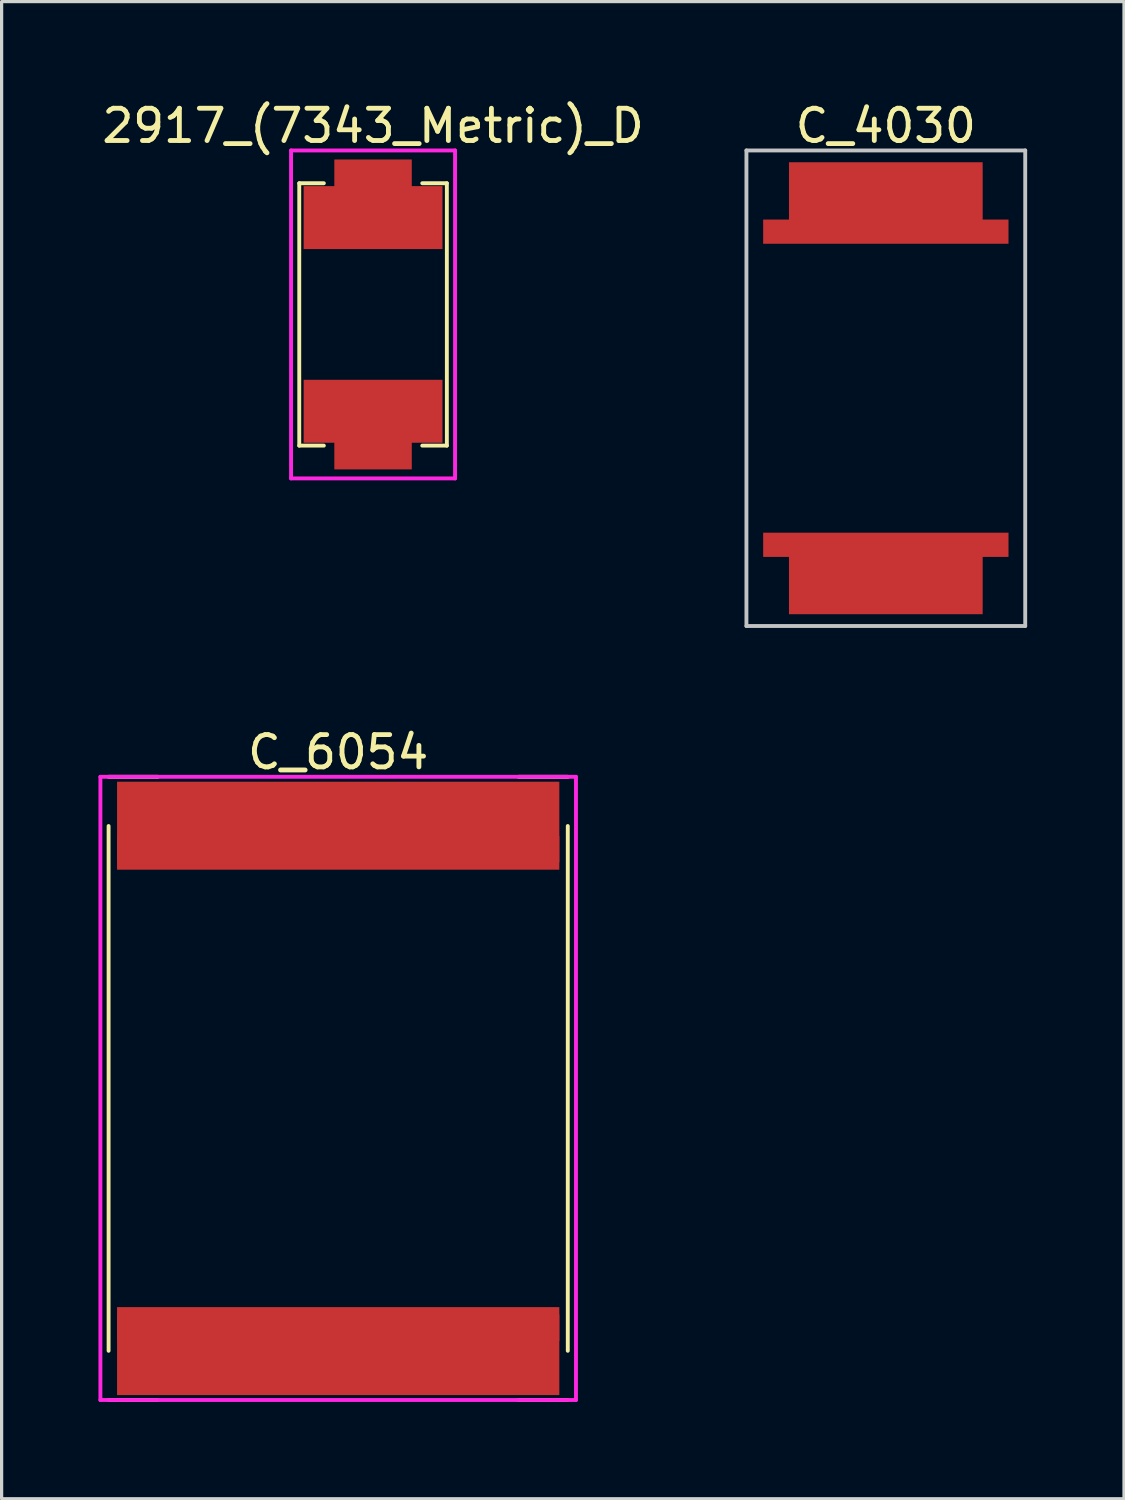
<source format=kicad_pcb>
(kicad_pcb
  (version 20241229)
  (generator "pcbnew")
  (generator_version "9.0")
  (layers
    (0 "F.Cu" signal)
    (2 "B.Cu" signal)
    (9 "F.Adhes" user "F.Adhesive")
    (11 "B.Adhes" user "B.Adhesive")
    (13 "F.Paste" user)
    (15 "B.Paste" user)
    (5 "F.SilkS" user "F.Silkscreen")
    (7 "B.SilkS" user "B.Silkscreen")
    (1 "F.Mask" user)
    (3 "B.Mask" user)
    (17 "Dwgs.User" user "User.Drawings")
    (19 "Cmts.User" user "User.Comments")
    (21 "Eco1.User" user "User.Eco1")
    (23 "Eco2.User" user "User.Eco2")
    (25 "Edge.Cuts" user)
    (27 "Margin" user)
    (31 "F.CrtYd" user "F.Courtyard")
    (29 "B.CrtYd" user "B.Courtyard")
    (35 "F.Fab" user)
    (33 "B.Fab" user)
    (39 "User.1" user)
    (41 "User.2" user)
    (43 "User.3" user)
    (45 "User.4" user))
  (footprint "2917_(7343_Metric)_D"
    (layer "F.Cu")
    (at 8.506 6.69)
    (property "Reference" "2917_(7343_Metric)_D" (at 0 -5.842 0) (layer "F.SilkS") (effects (font (size 1 1) (thickness 0.15))))
    (attr through_hole)
    (fp_line (start -2.286 -4.064) (end -1.524 -4.064) (stroke (width 0.12) (type solid)) (layer "F.SilkS"))
    (fp_line (start -2.286 4.064) (end -2.286 -4.064) (stroke (width 0.12) (type solid)) (layer "F.SilkS"))
    (fp_line (start -1.524 4.064) (end -2.286 4.064) (stroke (width 0.12) (type solid)) (layer "F.SilkS"))
    (fp_line (start 1.524 -4.064) (end 2.286 -4.064) (stroke (width 0.12) (type solid)) (layer "F.SilkS"))
    (fp_line (start 2.286 -4.064) (end 2.286 4.064) (stroke (width 0.12) (type solid)) (layer "F.SilkS"))
    (fp_line (start 2.286 4.064) (end 1.524 4.064) (stroke (width 0.12) (type solid)) (layer "F.SilkS"))
    (fp_line (start -2.54 -5.08) (end 2.54 -5.08) (stroke (width 0.12) (type solid)) (layer "F.CrtYd"))
    (fp_line (start -2.54 5.08) (end -2.54 -5.08) (stroke (width 0.12) (type solid)) (layer "F.CrtYd"))
    (fp_line (start 2.54 -5.08) (end 2.54 5.08) (stroke (width 0.12) (type solid)) (layer "F.CrtYd"))
    (fp_line (start 2.54 5.08) (end -2.54 5.08) (stroke (width 0.12) (type solid)) (layer "F.CrtYd"))
    (pad "1" smd rect (at 0 3) (size 4.3 1.95) (layers "F.Cu" "F.Mask" "F.Paste"))
    (pad "1" smd rect (at 0 3.5) (size 2.4 2.6) (layers "F.Cu" "F.Mask" "F.Paste"))
    (pad "2" smd rect (at 0 -3.5) (size 2.4 2.6) (layers "F.Cu" "F.Mask" "F.Paste"))
    (pad "2" smd rect (at 0 -3) (size 4.3 1.95) (layers "F.Cu" "F.Mask" "F.Paste")))
  (footprint "C_4030"
    (layer "F.Cu")
    (at 24.39 8.976)
    (property "Reference" "C_4030" (at 0 -8.128 0) (layer "F.SilkS") (effects (font (size 1 1) (thickness 0.15))))
    (attr through_hole)
    (fp_line (start -4.064 -5.588) (end -4.064 5.334) (stroke (width 0.12) (type solid)) (layer "B.Paste"))
    (fp_line (start -4.064 5.334) (end -4.064 5.588) (stroke (width 0.12) (type solid)) (layer "B.Paste"))
    (fp_line (start -4.064 5.588) (end -3.302 5.588) (stroke (width 0.12) (type solid)) (layer "B.Paste"))
    (fp_line (start -3.302 -5.588) (end -4.064 -5.588) (stroke (width 0.12) (type solid)) (layer "B.Paste"))
    (fp_line (start 3.302 5.588) (end 4.064 5.588) (stroke (width 0.12) (type solid)) (layer "B.Paste"))
    (fp_line (start 4.064 -5.588) (end 3.302 -5.588) (stroke (width 0.12) (type solid)) (layer "B.Paste"))
    (fp_line (start 4.064 5.588) (end 4.064 -5.588) (stroke (width 0.12) (type solid)) (layer "B.Paste"))
    (fp_line (start -4.318 -7.366) (end 4.318 -7.366) (stroke (width 0.12) (type solid)) (layer "Dwgs.User"))
    (fp_line (start -4.318 7.366) (end -4.318 -7.366) (stroke (width 0.12) (type solid)) (layer "Dwgs.User"))
    (fp_line (start 4.318 -7.366) (end 4.318 7.366) (stroke (width 0.12) (type solid)) (layer "Dwgs.User"))
    (fp_line (start 4.318 7.366) (end -4.318 7.366) (stroke (width 0.12) (type solid)) (layer "Dwgs.User"))
    (pad "1" smd rect (at 0 4.85) (size 7.6 0.75) (layers "F.Cu" "F.Mask" "F.Paste"))
    (pad "1" smd rect (at 0 5.75) (size 6 2.5) (layers "F.Cu" "F.Mask" "F.Paste"))
    (pad "2" smd rect (at 0 -5.75) (size 6 2.5) (layers "F.Cu" "F.Mask" "F.Paste"))
    (pad "2" smd rect (at 0 -4.85) (size 7.6 0.75) (layers "F.Cu" "F.Mask" "F.Paste")))
  (footprint "C_6054"
    (layer "F.Cu")
    (at 7.426 30.665)
    (property "Reference" "C_6054" (at 0 -10.414 0) (layer "F.SilkS") (effects (font (size 1 1) (thickness 0.15))))
    (attr through_hole)
    (fp_line (start -7.112 -9.652) (end -5.588 -9.652) (stroke (width 0.12) (type solid)) (layer "F.SilkS"))
    (fp_line (start -7.112 -8.128) (end -7.112 8.128) (stroke (width 0.12) (type solid)) (layer "F.SilkS"))
    (fp_line (start -7.112 9.652) (end -5.588 9.652) (stroke (width 0.12) (type solid)) (layer "F.SilkS"))
    (fp_line (start 5.588 -9.652) (end 7.112 -9.652) (stroke (width 0.12) (type solid)) (layer "F.SilkS"))
    (fp_line (start 7.112 -8.128) (end 7.112 8.128) (stroke (width 0.12) (type solid)) (layer "F.SilkS"))
    (fp_line (start 7.112 9.652) (end 5.588 9.652) (stroke (width 0.12) (type solid)) (layer "F.SilkS"))
    (fp_line (start -7.366 -9.652) (end -7.366 9.652) (stroke (width 0.12) (type solid)) (layer "F.CrtYd"))
    (fp_line (start -7.366 9.652) (end 7.366 9.652) (stroke (width 0.12) (type solid)) (layer "F.CrtYd"))
    (fp_line (start 7.366 -9.652) (end -7.366 -9.652) (stroke (width 0.12) (type solid)) (layer "F.CrtYd"))
    (fp_line (start 7.366 9.652) (end 7.366 -9.652) (stroke (width 0.12) (type solid)) (layer "F.CrtYd"))
    (pad "1" smd rect (at 0 7.3) (size 13.7 1.05) (layers "F.Cu" "F.Mask" "F.Paste"))
    (pad "1" smd rect (at 0 8.25) (size 13.7 2.5) (layers "F.Cu" "F.Mask" "F.Paste"))
    (pad "2" smd rect (at 0 -8.25) (size 13.7 2.5) (layers "F.Cu" "F.Mask" "F.Paste"))
    (pad "2" smd rect (at 0 -7.3) (size 13.7 1.05) (layers "F.Cu" "F.Mask" "F.Paste")))
  (gr_rect
    (start -3 -3)
    (end 31.768 43.377)
    (stroke (width 0.1) (type default))
    (fill no)
    (layer "Edge.Cuts")))
</source>
